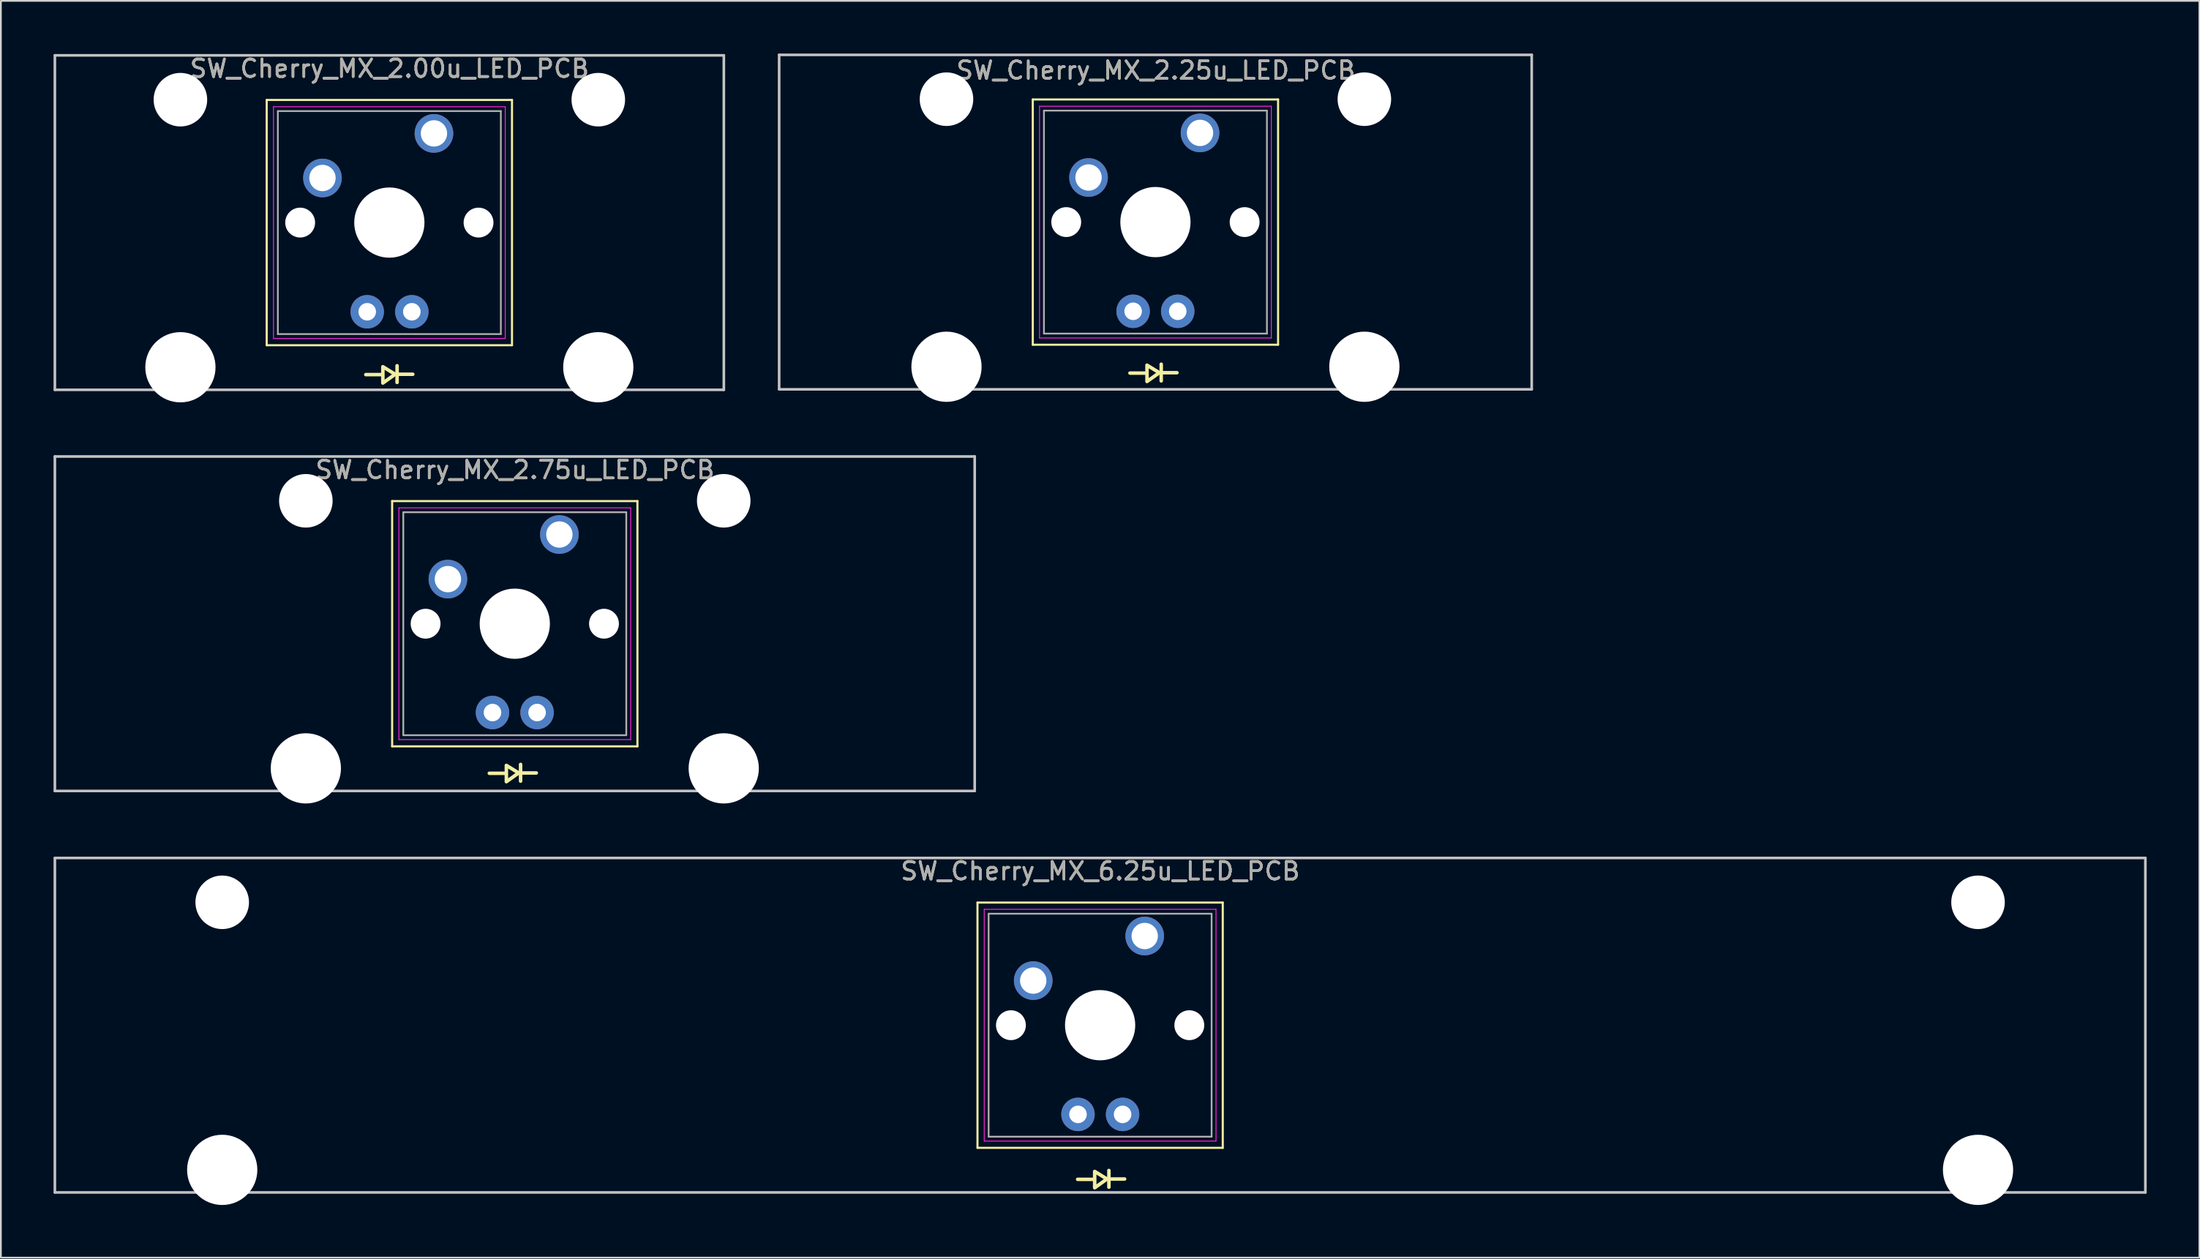
<source format=kicad_pcb>
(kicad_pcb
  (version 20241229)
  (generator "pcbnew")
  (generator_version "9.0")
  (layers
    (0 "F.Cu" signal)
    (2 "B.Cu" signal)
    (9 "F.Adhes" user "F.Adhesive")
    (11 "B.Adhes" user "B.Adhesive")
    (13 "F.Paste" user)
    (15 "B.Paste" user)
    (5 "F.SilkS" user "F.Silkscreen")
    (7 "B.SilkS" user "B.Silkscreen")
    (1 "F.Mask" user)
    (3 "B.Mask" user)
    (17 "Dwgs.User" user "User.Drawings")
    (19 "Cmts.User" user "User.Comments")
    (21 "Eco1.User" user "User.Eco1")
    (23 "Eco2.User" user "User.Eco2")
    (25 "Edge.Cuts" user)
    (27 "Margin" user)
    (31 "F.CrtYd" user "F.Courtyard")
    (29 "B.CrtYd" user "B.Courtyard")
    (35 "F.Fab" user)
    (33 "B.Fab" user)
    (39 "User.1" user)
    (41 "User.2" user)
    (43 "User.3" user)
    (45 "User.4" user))
  (footprint "SW_Cherry_MX_2.25u_LED_PCB"
    (layer "F.Cu")
    (at 62.756 9.6)
    (property "Reference" "SW_Cherry_MX_2.25u_LED_PCB" (at 0.02 -8.64 0) (layer "F.SilkS") (effects (font (size 1 1) (thickness 0.15))))
    (attr through_hole)
    (fp_line (start -6.985 -6.985) (end 6.985 -6.985) (stroke (width 0.12) (type solid)) (layer "F.SilkS"))
    (fp_line (start -6.985 6.985) (end -6.985 -6.985) (stroke (width 0.12) (type solid)) (layer "F.SilkS"))
    (fp_line (start -0.5 8.6) (end -1.45 8.6) (stroke (width 0.2) (type solid)) (layer "F.SilkS"))
    (fp_line (start 0.33 8.095) (end 0.33 9.045) (stroke (width 0.2) (type solid)) (layer "F.SilkS"))
    (fp_line (start 1.225 8.58) (end 0.275 8.58) (stroke (width 0.2) (type solid)) (layer "F.SilkS"))
    (fp_line (start 6.985 -6.985) (end 6.985 6.985) (stroke (width 0.12) (type solid)) (layer "F.SilkS"))
    (fp_line (start 6.985 6.985) (end -6.985 6.985) (stroke (width 0.12) (type solid)) (layer "F.SilkS"))
    (fp_poly (pts (xy -0.48 8.15) (xy 0.22 8.58) (xy -0.48 9.08)) (stroke (width 0.2) (type solid)) (fill no) (layer "F.SilkS"))
    (fp_line (start -21.431 -9.525) (end 21.431 -9.525) (stroke (width 0.15) (type solid)) (layer "Dwgs.User"))
    (fp_line (start -21.431 9.525) (end -21.431 -9.525) (stroke (width 0.15) (type solid)) (layer "Dwgs.User"))
    (fp_line (start 21.431 -9.525) (end 21.431 9.525) (stroke (width 0.15) (type solid)) (layer "Dwgs.User"))
    (fp_line (start 21.431 9.525) (end -21.431 9.525) (stroke (width 0.15) (type solid)) (layer "Dwgs.User"))
    (fp_line (start -6.6 -6.6) (end 6.6 -6.6) (stroke (width 0.05) (type solid)) (layer "F.CrtYd"))
    (fp_line (start -6.6 6.6) (end -6.6 -6.6) (stroke (width 0.05) (type solid)) (layer "F.CrtYd"))
    (fp_line (start 6.6 -6.6) (end 6.6 6.6) (stroke (width 0.05) (type solid)) (layer "F.CrtYd"))
    (fp_line (start 6.6 6.6) (end -6.6 6.6) (stroke (width 0.05) (type solid)) (layer "F.CrtYd"))
    (fp_line (start -6.35 -6.35) (end 6.35 -6.35) (stroke (width 0.1) (type solid)) (layer "F.Fab"))
    (fp_line (start -6.35 6.35) (end -6.35 -6.35) (stroke (width 0.1) (type solid)) (layer "F.Fab"))
    (fp_line (start 6.35 -6.35) (end 6.35 6.35) (stroke (width 0.1) (type solid)) (layer "F.Fab"))
    (fp_line (start 6.35 6.35) (end -6.35 6.35) (stroke (width 0.1) (type solid)) (layer "F.Fab"))
    (fp_text user "${REFERENCE}" (at 0.02 -8.64 0) (layer "F.Fab") (effects (font (size 1 1) (thickness 0.15))))
    (pad "" np_thru_hole circle (at -11.9 -7) (size 3.05 3.05) (drill 3.05) (layers "*.Cu" "*.Mask"))
    (pad "" np_thru_hole circle (at -11.9 8.24) (size 4 4) (drill 4) (layers "*.Cu" "*.Mask"))
    (pad "" np_thru_hole circle (at -5.08 0) (size 1.7 1.7) (drill 1.7) (layers "*.Cu" "*.Mask"))
    (pad "" np_thru_hole circle (at 0 0) (size 4 4) (drill 4) (layers "*.Cu" "*.Mask"))
    (pad "" np_thru_hole circle (at 5.08 0) (size 1.7 1.7) (drill 1.7) (layers "*.Cu" "*.Mask"))
    (pad "" np_thru_hole circle (at 11.9 -7) (size 3.05 3.05) (drill 3.05) (layers "*.Cu" "*.Mask"))
    (pad "" np_thru_hole circle (at 11.9 8.24) (size 4 4) (drill 4) (layers "*.Cu" "*.Mask"))
    (pad "1" thru_hole circle (at 2.54 -5.08) (size 2.2 2.2) (drill 1.5) (layers "*.Cu" "*.Mask"))
    (pad "2" thru_hole circle (at -3.81 -2.54) (size 2.2 2.2) (drill 1.5) (layers "*.Cu" "*.Mask"))
    (pad "3" thru_hole circle (at -1.27 5.08) (size 1.905 1.905) (drill 1) (layers "*.Cu" "*.Mask"))
    (pad "4" thru_hole circle (at 1.27 5.08) (size 1.905 1.905) (drill 1) (layers "*.Cu" "*.Mask")))
  (footprint "SW_Cherry_MX_2.75u_LED_PCB"
    (layer "F.Cu")
    (at 26.269 32.456)
    (property "Reference" "SW_Cherry_MX_2.75u_LED_PCB" (at 0.01 -8.74 0) (layer "F.SilkS") (effects (font (size 1 1) (thickness 0.15))))
    (attr through_hole)
    (fp_line (start -6.985 -6.965) (end 6.985 -6.965) (stroke (width 0.12) (type solid)) (layer "F.SilkS"))
    (fp_line (start -6.985 7.005) (end -6.985 -6.965) (stroke (width 0.12) (type solid)) (layer "F.SilkS"))
    (fp_line (start -0.5 8.54) (end -1.45 8.54) (stroke (width 0.2) (type solid)) (layer "F.SilkS"))
    (fp_line (start 0.33 8.035) (end 0.33 8.985) (stroke (width 0.2) (type solid)) (layer "F.SilkS"))
    (fp_line (start 1.225 8.52) (end 0.275 8.52) (stroke (width 0.2) (type solid)) (layer "F.SilkS"))
    (fp_line (start 6.985 -6.965) (end 6.985 7.005) (stroke (width 0.12) (type solid)) (layer "F.SilkS"))
    (fp_line (start 6.985 7.005) (end -6.985 7.005) (stroke (width 0.12) (type solid)) (layer "F.SilkS"))
    (fp_poly (pts (xy -0.48 8.09) (xy 0.22 8.52) (xy -0.48 9.02)) (stroke (width 0.2) (type solid)) (fill no) (layer "F.SilkS"))
    (fp_line (start -26.194 -9.505) (end 26.194 -9.505) (stroke (width 0.15) (type solid)) (layer "Dwgs.User"))
    (fp_line (start -26.194 9.545) (end -26.194 -9.505) (stroke (width 0.15) (type solid)) (layer "Dwgs.User"))
    (fp_line (start 26.194 -9.505) (end 26.194 9.545) (stroke (width 0.15) (type solid)) (layer "Dwgs.User"))
    (fp_line (start 26.194 9.545) (end -26.194 9.545) (stroke (width 0.15) (type solid)) (layer "Dwgs.User"))
    (fp_line (start -6.6 -6.58) (end 6.6 -6.58) (stroke (width 0.05) (type solid)) (layer "F.CrtYd"))
    (fp_line (start -6.6 6.62) (end -6.6 -6.58) (stroke (width 0.05) (type solid)) (layer "F.CrtYd"))
    (fp_line (start 6.6 -6.58) (end 6.6 6.62) (stroke (width 0.05) (type solid)) (layer "F.CrtYd"))
    (fp_line (start 6.6 6.62) (end -6.6 6.62) (stroke (width 0.05) (type solid)) (layer "F.CrtYd"))
    (fp_line (start -6.35 -6.33) (end 6.35 -6.33) (stroke (width 0.1) (type solid)) (layer "F.Fab"))
    (fp_line (start -6.35 6.37) (end -6.35 -6.33) (stroke (width 0.1) (type solid)) (layer "F.Fab"))
    (fp_line (start 6.35 -6.33) (end 6.35 6.37) (stroke (width 0.1) (type solid)) (layer "F.Fab"))
    (fp_line (start 6.35 6.37) (end -6.35 6.37) (stroke (width 0.1) (type solid)) (layer "F.Fab"))
    (fp_text user "${REFERENCE}" (at 0.01 -8.74 0) (layer "F.Fab") (effects (font (size 1 1) (thickness 0.15))))
    (pad "" np_thru_hole circle (at -11.9 -6.98) (size 3.05 3.05) (drill 3.05) (layers "*.Cu" "*.Mask"))
    (pad "" np_thru_hole circle (at -11.9 8.26) (size 4 4) (drill 4) (layers "*.Cu" "*.Mask"))
    (pad "" np_thru_hole circle (at -5.08 0.02) (size 1.7 1.7) (drill 1.7) (layers "*.Cu" "*.Mask"))
    (pad "" np_thru_hole circle (at 0 0.02) (size 4 4) (drill 4) (layers "*.Cu" "*.Mask"))
    (pad "" np_thru_hole circle (at 5.08 0.02) (size 1.7 1.7) (drill 1.7) (layers "*.Cu" "*.Mask"))
    (pad "" np_thru_hole circle (at 11.9 -6.98) (size 3.05 3.05) (drill 3.05) (layers "*.Cu" "*.Mask"))
    (pad "" np_thru_hole circle (at 11.9 8.26) (size 4 4) (drill 4) (layers "*.Cu" "*.Mask"))
    (pad "1" thru_hole circle (at 2.54 -5.06) (size 2.2 2.2) (drill 1.5) (layers "*.Cu" "*.Mask"))
    (pad "2" thru_hole circle (at -3.81 -2.52) (size 2.2 2.2) (drill 1.5) (layers "*.Cu" "*.Mask"))
    (pad "3" thru_hole circle (at -1.27 5.08) (size 1.905 1.905) (drill 1) (layers "*.Cu" "*.Mask"))
    (pad "4" thru_hole circle (at 1.27 5.08) (size 1.905 1.905) (drill 1) (layers "*.Cu" "*.Mask")))
  (footprint "SW_Cherry_MX_2.00u_LED_PCB"
    (layer "F.Cu")
    (at 19.135 9.628)
    (property "Reference" "SW_Cherry_MX_2.00u_LED_PCB" (at 0 -8.77 0) (layer "F.SilkS") (effects (font (size 1 1) (thickness 0.15))))
    (attr through_hole)
    (fp_line (start -6.995 -6.985) (end 6.975 -6.985) (stroke (width 0.12) (type solid)) (layer "F.SilkS"))
    (fp_line (start -6.995 6.985) (end -6.995 -6.985) (stroke (width 0.12) (type solid)) (layer "F.SilkS"))
    (fp_line (start -0.4 8.66) (end -1.35 8.66) (stroke (width 0.2) (type solid)) (layer "F.SilkS"))
    (fp_line (start 0.43 8.155) (end 0.43 9.105) (stroke (width 0.2) (type solid)) (layer "F.SilkS"))
    (fp_line (start 1.325 8.64) (end 0.375 8.64) (stroke (width 0.2) (type solid)) (layer "F.SilkS"))
    (fp_line (start 6.975 -6.985) (end 6.975 6.985) (stroke (width 0.12) (type solid)) (layer "F.SilkS"))
    (fp_line (start 6.975 6.985) (end -6.995 6.985) (stroke (width 0.12) (type solid)) (layer "F.SilkS"))
    (fp_poly (pts (xy -0.38 8.21) (xy 0.32 8.64) (xy -0.38 9.14)) (stroke (width 0.2) (type solid)) (fill no) (layer "F.SilkS"))
    (fp_line (start -19.06 -9.525) (end 19.04 -9.525) (stroke (width 0.15) (type solid)) (layer "Dwgs.User"))
    (fp_line (start -19.06 9.525) (end -19.06 -9.525) (stroke (width 0.15) (type solid)) (layer "Dwgs.User"))
    (fp_line (start 19.04 -9.525) (end 19.04 9.525) (stroke (width 0.15) (type solid)) (layer "Dwgs.User"))
    (fp_line (start 19.04 9.525) (end -19.06 9.525) (stroke (width 0.15) (type solid)) (layer "Dwgs.User"))
    (fp_line (start -6.61 -6.6) (end 6.59 -6.6) (stroke (width 0.05) (type solid)) (layer "F.CrtYd"))
    (fp_line (start -6.61 6.6) (end -6.61 -6.6) (stroke (width 0.05) (type solid)) (layer "F.CrtYd"))
    (fp_line (start 6.59 -6.6) (end 6.59 6.6) (stroke (width 0.05) (type solid)) (layer "F.CrtYd"))
    (fp_line (start 6.59 6.6) (end -6.61 6.6) (stroke (width 0.05) (type solid)) (layer "F.CrtYd"))
    (fp_line (start -6.36 -6.35) (end 6.34 -6.35) (stroke (width 0.1) (type solid)) (layer "F.Fab"))
    (fp_line (start -6.36 6.35) (end -6.36 -6.35) (stroke (width 0.1) (type solid)) (layer "F.Fab"))
    (fp_line (start 6.34 -6.35) (end 6.34 6.35) (stroke (width 0.1) (type solid)) (layer "F.Fab"))
    (fp_line (start 6.34 6.35) (end -6.36 6.35) (stroke (width 0.1) (type solid)) (layer "F.Fab"))
    (fp_text user "${REFERENCE}" (at 0 -8.78 0) (layer "F.Fab") (effects (font (size 1 1) (thickness 0.15))))
    (pad "" np_thru_hole circle (at -11.91 -7) (size 3.05 3.05) (drill 3.05) (layers "*.Cu" "*.Mask"))
    (pad "" np_thru_hole circle (at -11.91 8.24) (size 4 4) (drill 4) (layers "*.Cu" "*.Mask"))
    (pad "" np_thru_hole circle (at -5.09 0) (size 1.7 1.7) (drill 1.7) (layers "*.Cu" "*.Mask"))
    (pad "" np_thru_hole circle (at -0.01 0) (size 4 4) (drill 4) (layers "*.Cu" "*.Mask"))
    (pad "" np_thru_hole circle (at 5.07 0) (size 1.7 1.7) (drill 1.7) (layers "*.Cu" "*.Mask"))
    (pad "" np_thru_hole circle (at 11.89 -7) (size 3.05 3.05) (drill 3.05) (layers "*.Cu" "*.Mask"))
    (pad "" np_thru_hole circle (at 11.89 8.24) (size 4 4) (drill 4) (layers "*.Cu" "*.Mask"))
    (pad "1" thru_hole circle (at 2.53 -5.08) (size 2.2 2.2) (drill 1.5) (layers "*.Cu" "*.Mask"))
    (pad "2" thru_hole circle (at -3.82 -2.54) (size 2.2 2.2) (drill 1.5) (layers "*.Cu" "*.Mask"))
    (pad "3" thru_hole circle (at -1.27 5.08) (size 1.905 1.905) (drill 1) (layers "*.Cu" "*.Mask"))
    (pad "4" thru_hole circle (at 1.27 5.08) (size 1.905 1.905) (drill 1) (layers "*.Cu" "*.Mask")))
  (footprint "SW_Cherry_MX_6.25u_LED_PCB"
    (layer "F.Cu")
    (at 59.616 55.345)
    (property "Reference" "SW_Cherry_MX_6.25u_LED_PCB" (at 0 -8.78 0) (layer "F.SilkS") (effects (font (size 1 1) (thickness 0.15))))
    (attr through_hole)
    (fp_line (start -6.995 -6.985) (end 6.975 -6.985) (stroke (width 0.12) (type solid)) (layer "F.SilkS"))
    (fp_line (start -6.995 6.985) (end -6.995 -6.985) (stroke (width 0.12) (type solid)) (layer "F.SilkS"))
    (fp_line (start -0.34 8.78) (end -1.29 8.78) (stroke (width 0.2) (type solid)) (layer "F.SilkS"))
    (fp_line (start 0.49 8.275) (end 0.49 9.225) (stroke (width 0.2) (type solid)) (layer "F.SilkS"))
    (fp_line (start 1.385 8.76) (end 0.435 8.76) (stroke (width 0.2) (type solid)) (layer "F.SilkS"))
    (fp_line (start 6.975 -6.985) (end 6.975 6.985) (stroke (width 0.12) (type solid)) (layer "F.SilkS"))
    (fp_line (start 6.975 6.985) (end -6.995 6.985) (stroke (width 0.12) (type solid)) (layer "F.SilkS"))
    (fp_poly (pts (xy -0.32 8.33) (xy 0.38 8.76) (xy -0.32 9.26)) (stroke (width 0.2) (type solid)) (fill no) (layer "F.SilkS"))
    (fp_line (start -59.541 -9.525) (end 59.521 -9.525) (stroke (width 0.15) (type solid)) (layer "Dwgs.User"))
    (fp_line (start -59.541 9.525) (end -59.541 -9.525) (stroke (width 0.15) (type solid)) (layer "Dwgs.User"))
    (fp_line (start 59.521 -9.525) (end 59.521 9.525) (stroke (width 0.15) (type solid)) (layer "Dwgs.User"))
    (fp_line (start 59.521 9.525) (end -59.541 9.525) (stroke (width 0.15) (type solid)) (layer "Dwgs.User"))
    (fp_line (start -6.61 -6.6) (end 6.59 -6.6) (stroke (width 0.05) (type solid)) (layer "F.CrtYd"))
    (fp_line (start -6.61 6.6) (end -6.61 -6.6) (stroke (width 0.05) (type solid)) (layer "F.CrtYd"))
    (fp_line (start 6.59 -6.6) (end 6.59 6.6) (stroke (width 0.05) (type solid)) (layer "F.CrtYd"))
    (fp_line (start 6.59 6.6) (end -6.61 6.6) (stroke (width 0.05) (type solid)) (layer "F.CrtYd"))
    (fp_line (start -6.36 -6.35) (end 6.34 -6.35) (stroke (width 0.1) (type solid)) (layer "F.Fab"))
    (fp_line (start -6.36 6.35) (end -6.36 -6.35) (stroke (width 0.1) (type solid)) (layer "F.Fab"))
    (fp_line (start 6.34 -6.35) (end 6.34 6.35) (stroke (width 0.1) (type solid)) (layer "F.Fab"))
    (fp_line (start 6.34 6.35) (end -6.36 6.35) (stroke (width 0.1) (type solid)) (layer "F.Fab"))
    (fp_text user "${REFERENCE}" (at 0 -8.78 0) (layer "F.Fab") (effects (font (size 1 1) (thickness 0.15))))
    (pad "" np_thru_hole circle (at -50.01 -7) (size 3.05 3.05) (drill 3.05) (layers "*.Cu" "*.Mask"))
    (pad "" np_thru_hole circle (at -50.01 8.24) (size 4 4) (drill 4) (layers "*.Cu" "*.Mask"))
    (pad "" np_thru_hole circle (at -5.09 0) (size 1.7 1.7) (drill 1.7) (layers "*.Cu" "*.Mask"))
    (pad "" np_thru_hole circle (at -0.01 0) (size 4 4) (drill 4) (layers "*.Cu" "*.Mask"))
    (pad "" np_thru_hole circle (at 5.07 0) (size 1.7 1.7) (drill 1.7) (layers "*.Cu" "*.Mask"))
    (pad "" np_thru_hole circle (at 49.99 -7) (size 3.05 3.05) (drill 3.05) (layers "*.Cu" "*.Mask"))
    (pad "" np_thru_hole circle (at 49.99 8.24) (size 4 4) (drill 4) (layers "*.Cu" "*.Mask"))
    (pad "1" thru_hole circle (at 2.53 -5.08) (size 2.2 2.2) (drill 1.5) (layers "*.Cu" "*.Mask"))
    (pad "2" thru_hole circle (at -3.82 -2.54) (size 2.2 2.2) (drill 1.5) (layers "*.Cu" "*.Mask"))
    (pad "3" thru_hole circle (at -1.27 5.08) (size 1.905 1.905) (drill 1) (layers "*.Cu" "*.Mask"))
    (pad "4" thru_hole circle (at 1.27 5.08) (size 1.905 1.905) (drill 1) (layers "*.Cu" "*.Mask")))
  (gr_rect
    (start -3 -3)
    (end 122.213 68.585)
    (stroke (width 0.1) (type default))
    (fill no)
    (layer "Edge.Cuts")))
</source>
